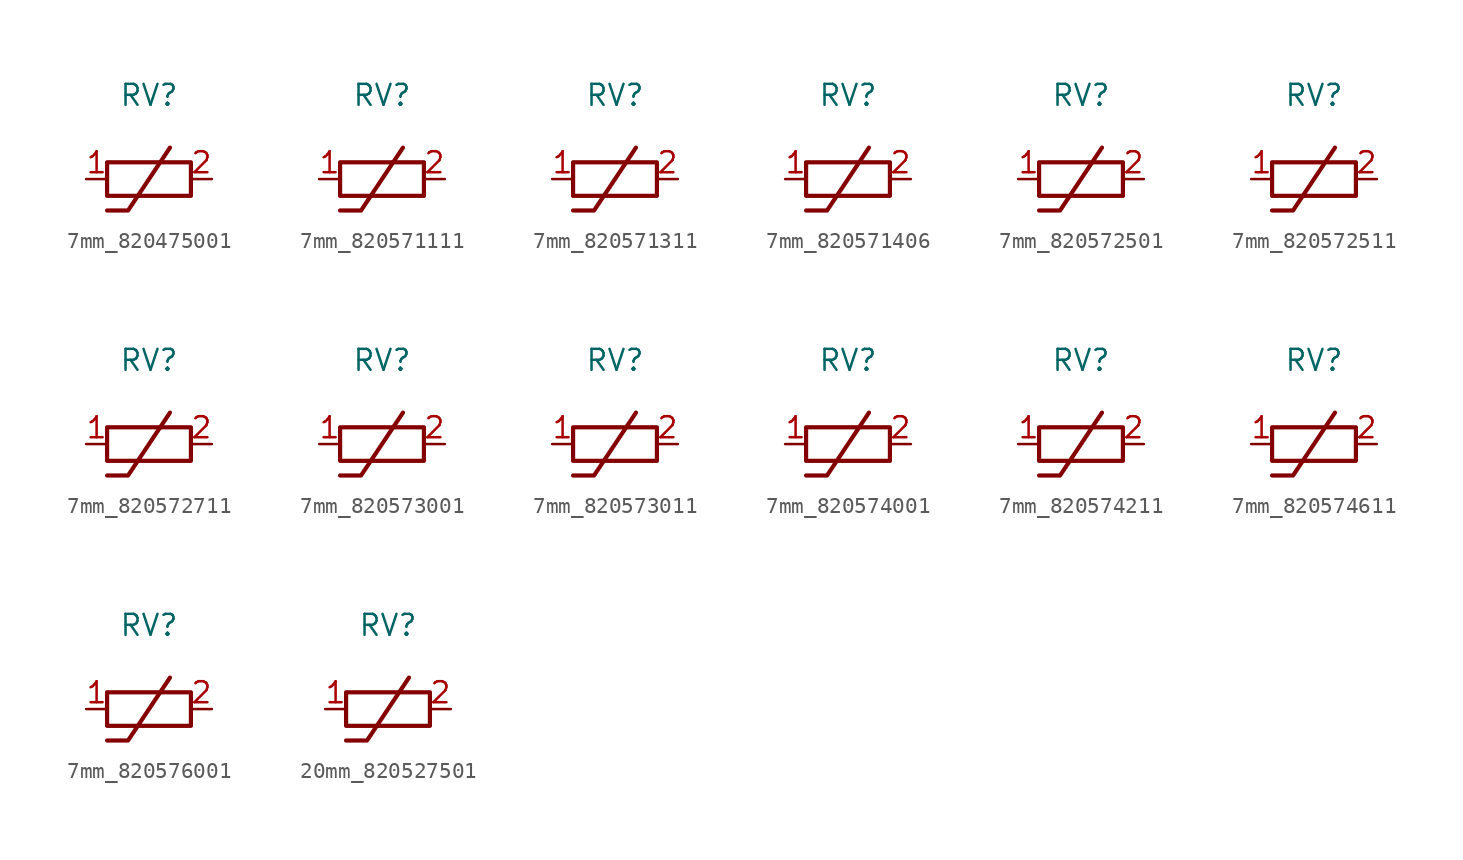
<source format=kicad_sym>
(kicad_symbol_lib
  (version 20220914)
  (generator kicad_symbol_editor)
  (symbol "7mm_820475001"
    (pin_names hide)
    (property "Reference" "RV"
      (at 0 5.08 0)
      (effects (font (size 1.27 1.27))))
    (symbol "7mm_820475001_0_1"
      (rectangle (start -2.54 1.016) (end 2.54 -1.016) (stroke (width 0.254) (type default)) (fill (type none))))
    (symbol "7mm_820475001_1_1"
      (polyline (pts (xy -2.54 -1.905) (xy -1.27 -1.905) (xy 1.27 1.905)) (stroke (width 0.254) (type default)) (fill (type none)))
      (pin passive line (at -3.81 0 0) (length 1.27) (name "~" (effects (font (size 1.27 1.27)))) (number "1" (effects (font (size 1.27 1.27)))))
      (pin passive line (at 3.81 0 180) (length 1.27) (name "~" (effects (font (size 1.27 1.27)))) (number "2" (effects (font (size 1.27 1.27)))))))
  (symbol "7mm_820571111"
    (pin_names hide)
    (property "Reference" "RV"
      (at 0 5.08 0)
      (effects (font (size 1.27 1.27))))
    (symbol "7mm_820571111_0_1"
      (rectangle (start -2.54 1.016) (end 2.54 -1.016) (stroke (width 0.254) (type default)) (fill (type none))))
    (symbol "7mm_820571111_1_1"
      (polyline (pts (xy -2.54 -1.905) (xy -1.27 -1.905) (xy 1.27 1.905)) (stroke (width 0.254) (type default)) (fill (type none)))
      (pin passive line (at -3.81 0 0) (length 1.27) (name "~" (effects (font (size 1.27 1.27)))) (number "1" (effects (font (size 1.27 1.27)))))
      (pin passive line (at 3.81 0 180) (length 1.27) (name "~" (effects (font (size 1.27 1.27)))) (number "2" (effects (font (size 1.27 1.27)))))))
  (symbol "7mm_820571311"
    (pin_names hide)
    (property "Reference" "RV"
      (at 0 5.08 0)
      (effects (font (size 1.27 1.27))))
    (symbol "7mm_820571311_0_1"
      (rectangle (start -2.54 1.016) (end 2.54 -1.016) (stroke (width 0.254) (type default)) (fill (type none))))
    (symbol "7mm_820571311_1_1"
      (polyline (pts (xy -2.54 -1.905) (xy -1.27 -1.905) (xy 1.27 1.905)) (stroke (width 0.254) (type default)) (fill (type none)))
      (pin passive line (at -3.81 0 0) (length 1.27) (name "~" (effects (font (size 1.27 1.27)))) (number "1" (effects (font (size 1.27 1.27)))))
      (pin passive line (at 3.81 0 180) (length 1.27) (name "~" (effects (font (size 1.27 1.27)))) (number "2" (effects (font (size 1.27 1.27)))))))
  (symbol "7mm_820571406"
    (pin_names hide)
    (property "Reference" "RV"
      (at 0 5.08 0)
      (effects (font (size 1.27 1.27))))
    (symbol "7mm_820571406_0_1"
      (rectangle (start -2.54 1.016) (end 2.54 -1.016) (stroke (width 0.254) (type default)) (fill (type none))))
    (symbol "7mm_820571406_1_1"
      (polyline (pts (xy -2.54 -1.905) (xy -1.27 -1.905) (xy 1.27 1.905)) (stroke (width 0.254) (type default)) (fill (type none)))
      (pin passive line (at -3.81 0 0) (length 1.27) (name "~" (effects (font (size 1.27 1.27)))) (number "1" (effects (font (size 1.27 1.27)))))
      (pin passive line (at 3.81 0 180) (length 1.27) (name "~" (effects (font (size 1.27 1.27)))) (number "2" (effects (font (size 1.27 1.27)))))))
  (symbol "7mm_820572501"
    (pin_names hide)
    (property "Reference" "RV"
      (at 0 5.08 0)
      (effects (font (size 1.27 1.27))))
    (symbol "7mm_820572501_0_1"
      (rectangle (start -2.54 1.016) (end 2.54 -1.016) (stroke (width 0.254) (type default)) (fill (type none))))
    (symbol "7mm_820572501_1_1"
      (polyline (pts (xy -2.54 -1.905) (xy -1.27 -1.905) (xy 1.27 1.905)) (stroke (width 0.254) (type default)) (fill (type none)))
      (pin passive line (at -3.81 0 0) (length 1.27) (name "~" (effects (font (size 1.27 1.27)))) (number "1" (effects (font (size 1.27 1.27)))))
      (pin passive line (at 3.81 0 180) (length 1.27) (name "~" (effects (font (size 1.27 1.27)))) (number "2" (effects (font (size 1.27 1.27)))))))
  (symbol "7mm_820572511"
    (pin_names hide)
    (property "Reference" "RV"
      (at 0 5.08 0)
      (effects (font (size 1.27 1.27))))
    (symbol "7mm_820572511_0_1"
      (rectangle (start -2.54 1.016) (end 2.54 -1.016) (stroke (width 0.254) (type default)) (fill (type none))))
    (symbol "7mm_820572511_1_1"
      (polyline (pts (xy -2.54 -1.905) (xy -1.27 -1.905) (xy 1.27 1.905)) (stroke (width 0.254) (type default)) (fill (type none)))
      (pin passive line (at -3.81 0 0) (length 1.27) (name "~" (effects (font (size 1.27 1.27)))) (number "1" (effects (font (size 1.27 1.27)))))
      (pin passive line (at 3.81 0 180) (length 1.27) (name "~" (effects (font (size 1.27 1.27)))) (number "2" (effects (font (size 1.27 1.27)))))))
  (symbol "7mm_820572711"
    (pin_names hide)
    (property "Reference" "RV"
      (at 0 5.08 0)
      (effects (font (size 1.27 1.27))))
    (symbol "7mm_820572711_0_1"
      (rectangle (start -2.54 1.016) (end 2.54 -1.016) (stroke (width 0.254) (type default)) (fill (type none))))
    (symbol "7mm_820572711_1_1"
      (polyline (pts (xy -2.54 -1.905) (xy -1.27 -1.905) (xy 1.27 1.905)) (stroke (width 0.254) (type default)) (fill (type none)))
      (pin passive line (at -3.81 0 0) (length 1.27) (name "~" (effects (font (size 1.27 1.27)))) (number "1" (effects (font (size 1.27 1.27)))))
      (pin passive line (at 3.81 0 180) (length 1.27) (name "~" (effects (font (size 1.27 1.27)))) (number "2" (effects (font (size 1.27 1.27)))))))
  (symbol "7mm_820573001"
    (pin_names hide)
    (property "Reference" "RV"
      (at 0 5.08 0)
      (effects (font (size 1.27 1.27))))
    (symbol "7mm_820573001_0_1"
      (rectangle (start -2.54 1.016) (end 2.54 -1.016) (stroke (width 0.254) (type default)) (fill (type none))))
    (symbol "7mm_820573001_1_1"
      (polyline (pts (xy -2.54 -1.905) (xy -1.27 -1.905) (xy 1.27 1.905)) (stroke (width 0.254) (type default)) (fill (type none)))
      (pin passive line (at -3.81 0 0) (length 1.27) (name "~" (effects (font (size 1.27 1.27)))) (number "1" (effects (font (size 1.27 1.27)))))
      (pin passive line (at 3.81 0 180) (length 1.27) (name "~" (effects (font (size 1.27 1.27)))) (number "2" (effects (font (size 1.27 1.27)))))))
  (symbol "7mm_820573011"
    (pin_names hide)
    (property "Reference" "RV"
      (at 0 5.08 0)
      (effects (font (size 1.27 1.27))))
    (symbol "7mm_820573011_0_1"
      (rectangle (start -2.54 1.016) (end 2.54 -1.016) (stroke (width 0.254) (type default)) (fill (type none))))
    (symbol "7mm_820573011_1_1"
      (polyline (pts (xy -2.54 -1.905) (xy -1.27 -1.905) (xy 1.27 1.905)) (stroke (width 0.254) (type default)) (fill (type none)))
      (pin passive line (at -3.81 0 0) (length 1.27) (name "~" (effects (font (size 1.27 1.27)))) (number "1" (effects (font (size 1.27 1.27)))))
      (pin passive line (at 3.81 0 180) (length 1.27) (name "~" (effects (font (size 1.27 1.27)))) (number "2" (effects (font (size 1.27 1.27)))))))
  (symbol "7mm_820574001"
    (pin_names hide)
    (property "Reference" "RV"
      (at 0 5.08 0)
      (effects (font (size 1.27 1.27))))
    (symbol "7mm_820574001_0_1"
      (rectangle (start -2.54 1.016) (end 2.54 -1.016) (stroke (width 0.254) (type default)) (fill (type none))))
    (symbol "7mm_820574001_1_1"
      (polyline (pts (xy -2.54 -1.905) (xy -1.27 -1.905) (xy 1.27 1.905)) (stroke (width 0.254) (type default)) (fill (type none)))
      (pin passive line (at -3.81 0 0) (length 1.27) (name "~" (effects (font (size 1.27 1.27)))) (number "1" (effects (font (size 1.27 1.27)))))
      (pin passive line (at 3.81 0 180) (length 1.27) (name "~" (effects (font (size 1.27 1.27)))) (number "2" (effects (font (size 1.27 1.27)))))))
  (symbol "7mm_820574211"
    (pin_names hide)
    (property "Reference" "RV"
      (at 0 5.08 0)
      (effects (font (size 1.27 1.27))))
    (symbol "7mm_820574211_0_1"
      (rectangle (start -2.54 1.016) (end 2.54 -1.016) (stroke (width 0.254) (type default)) (fill (type none))))
    (symbol "7mm_820574211_1_1"
      (polyline (pts (xy -2.54 -1.905) (xy -1.27 -1.905) (xy 1.27 1.905)) (stroke (width 0.254) (type default)) (fill (type none)))
      (pin passive line (at -3.81 0 0) (length 1.27) (name "~" (effects (font (size 1.27 1.27)))) (number "1" (effects (font (size 1.27 1.27)))))
      (pin passive line (at 3.81 0 180) (length 1.27) (name "~" (effects (font (size 1.27 1.27)))) (number "2" (effects (font (size 1.27 1.27)))))))
  (symbol "7mm_820574611"
    (pin_names hide)
    (property "Reference" "RV"
      (at 0 5.08 0)
      (effects (font (size 1.27 1.27))))
    (symbol "7mm_820574611_0_1"
      (rectangle (start -2.54 1.016) (end 2.54 -1.016) (stroke (width 0.254) (type default)) (fill (type none))))
    (symbol "7mm_820574611_1_1"
      (polyline (pts (xy -2.54 -1.905) (xy -1.27 -1.905) (xy 1.27 1.905)) (stroke (width 0.254) (type default)) (fill (type none)))
      (pin passive line (at -3.81 0 0) (length 1.27) (name "~" (effects (font (size 1.27 1.27)))) (number "1" (effects (font (size 1.27 1.27)))))
      (pin passive line (at 3.81 0 180) (length 1.27) (name "~" (effects (font (size 1.27 1.27)))) (number "2" (effects (font (size 1.27 1.27)))))))
  (symbol "7mm_820576001"
    (pin_names hide)
    (property "Reference" "RV"
      (at 0 5.08 0)
      (effects (font (size 1.27 1.27))))
    (symbol "7mm_820576001_0_1"
      (rectangle (start -2.54 1.016) (end 2.54 -1.016) (stroke (width 0.254) (type default)) (fill (type none))))
    (symbol "7mm_820576001_1_1"
      (polyline (pts (xy -2.54 -1.905) (xy -1.27 -1.905) (xy 1.27 1.905)) (stroke (width 0.254) (type default)) (fill (type none)))
      (pin passive line (at -3.81 0 0) (length 1.27) (name "~" (effects (font (size 1.27 1.27)))) (number "1" (effects (font (size 1.27 1.27)))))
      (pin passive line (at 3.81 0 180) (length 1.27) (name "~" (effects (font (size 1.27 1.27)))) (number "2" (effects (font (size 1.27 1.27)))))))
  (symbol "20mm_820527501"
    (pin_names hide)
    (property "Reference" "RV"
      (at 0 5.08 0)
      (effects (font (size 1.27 1.27))))
    (symbol "20mm_820527501_0_1"
      (rectangle (start -2.54 1.016) (end 2.54 -1.016) (stroke (width 0.254) (type default)) (fill (type none))))
    (symbol "20mm_820527501_1_1"
      (polyline (pts (xy -2.54 -1.905) (xy -1.27 -1.905) (xy 1.27 1.905)) (stroke (width 0.254) (type default)) (fill (type none)))
      (pin passive line (at -3.81 0 0) (length 1.27) (name "~" (effects (font (size 1.27 1.27)))) (number "1" (effects (font (size 1.27 1.27)))))
      (pin passive line (at 3.81 0 180) (length 1.27) (name "~" (effects (font (size 1.27 1.27)))) (number "2" (effects (font (size 1.27 1.27))))))))
</source>
